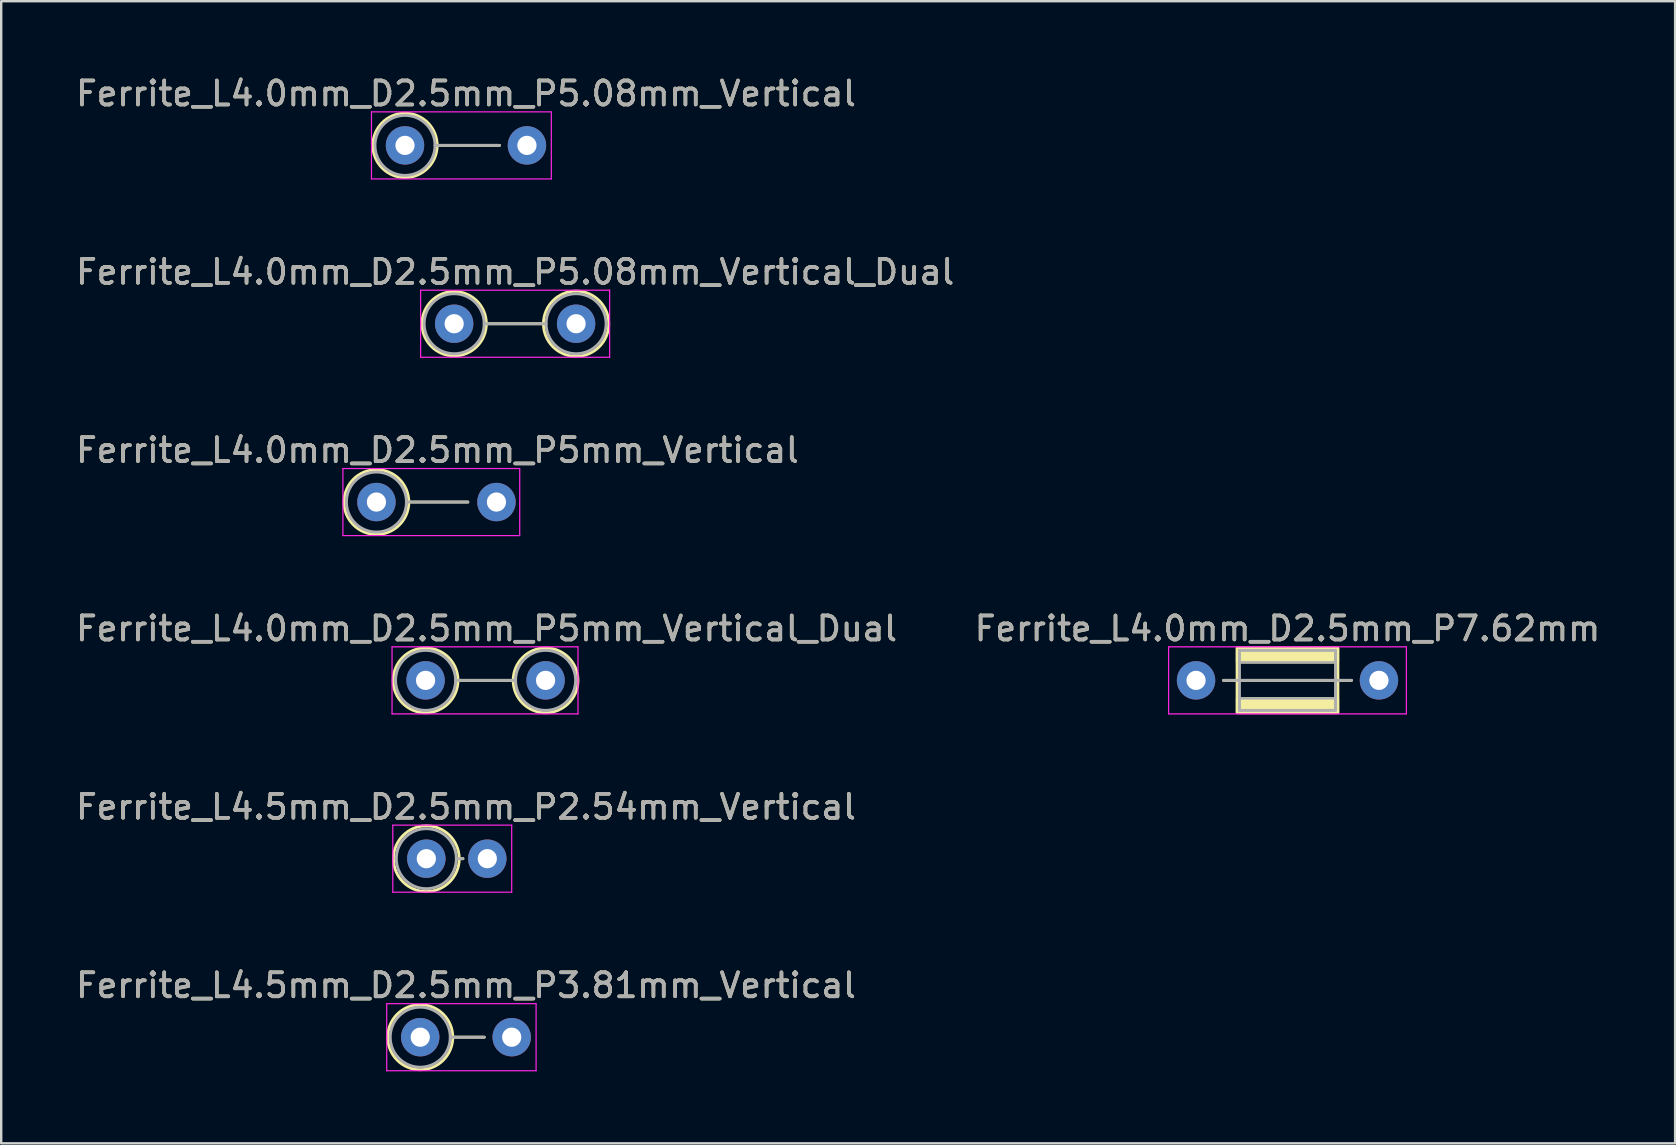
<source format=kicad_pcb>
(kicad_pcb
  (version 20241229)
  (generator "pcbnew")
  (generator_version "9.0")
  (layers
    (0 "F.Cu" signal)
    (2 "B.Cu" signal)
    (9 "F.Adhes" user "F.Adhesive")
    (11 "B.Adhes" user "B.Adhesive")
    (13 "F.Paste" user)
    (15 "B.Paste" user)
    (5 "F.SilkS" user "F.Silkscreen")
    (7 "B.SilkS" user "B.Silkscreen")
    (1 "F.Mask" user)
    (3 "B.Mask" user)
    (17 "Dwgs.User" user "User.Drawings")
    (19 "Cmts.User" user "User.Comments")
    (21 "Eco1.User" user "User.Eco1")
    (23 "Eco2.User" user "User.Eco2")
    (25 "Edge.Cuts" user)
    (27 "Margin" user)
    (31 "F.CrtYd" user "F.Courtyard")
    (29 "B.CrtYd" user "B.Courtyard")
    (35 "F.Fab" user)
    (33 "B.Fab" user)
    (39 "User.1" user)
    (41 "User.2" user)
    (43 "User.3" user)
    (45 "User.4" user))
  (footprint "Ferrite_L4.0mm_D2.5mm_P5.08mm_Vertical"
    (layer "F.Cu")
    (at 13.823 3.007)
    (property "Reference" "Ferrite_L4.0mm_D2.5mm_P5.08mm_Vertical" (at 2.54 -2.159 0) (layer "F.SilkS") (effects (font (size 1 1) (thickness 0.15))))
    (fp_line (start 1.34 0) (end 3.937 0) (stroke (width 0.12) (type solid)) (layer "F.SilkS"))
    (fp_circle (center 0 0) (end 1.34 0) (stroke (width 0.12) (type solid)) (fill no) (layer "F.SilkS"))
    (fp_line (start -1.397 -1.397) (end 6.096 -1.397) (stroke (width 0.05) (type solid)) (layer "F.CrtYd"))
    (fp_line (start -1.397 1.397) (end -1.397 -1.397) (stroke (width 0.05) (type solid)) (layer "F.CrtYd"))
    (fp_line (start 6.096 -1.397) (end 6.096 1.397) (stroke (width 0.05) (type solid)) (layer "F.CrtYd"))
    (fp_line (start 6.096 1.397) (end -1.397 1.397) (stroke (width 0.05) (type solid)) (layer "F.CrtYd"))
    (fp_line (start 1.25 0) (end 3.937 0) (stroke (width 0.12) (type solid)) (layer "F.Fab"))
    (fp_circle (center 0 0) (end 1.25 0) (stroke (width 0.12) (type solid)) (fill no) (layer "F.Fab"))
    (fp_text user "${REFERENCE}" (at 2.54 -2.158 0) (layer "F.Fab") (effects (font (size 1 1) (thickness 0.15))))
    (pad "1" thru_hole circle (at 0 0) (size 1.6 1.6) (drill 0.8) (layers "*.Cu" "*.Mask"))
    (pad "2" thru_hole circle (at 5.08 0) (size 1.6 1.6) (drill 0.8) (layers "*.Cu" "*.Mask")))
  (footprint "Ferrite_L4.0mm_D2.5mm_P5.08mm_Vertical_Dual"
    (layer "F.Cu")
    (at 15.871 10.437)
    (property "Reference" "Ferrite_L4.0mm_D2.5mm_P5.08mm_Vertical_Dual" (at 2.54 -2.159 0) (layer "F.SilkS") (effects (font (size 1 1) (thickness 0.15))))
    (fp_line (start 1.34 0) (end 3.72 0) (stroke (width 0.12) (type solid)) (layer "F.SilkS"))
    (fp_circle (center 0 0) (end 1.34 0) (stroke (width 0.12) (type solid)) (fill no) (layer "F.SilkS"))
    (fp_circle (center 5.08 0) (end 6.44 0) (stroke (width 0.12) (type solid)) (fill no) (layer "F.SilkS"))
    (fp_line (start -1.397 -1.397) (end 6.477 -1.397) (stroke (width 0.05) (type solid)) (layer "F.CrtYd"))
    (fp_line (start -1.397 1.397) (end -1.397 -1.397) (stroke (width 0.05) (type solid)) (layer "F.CrtYd"))
    (fp_line (start 6.477 -1.397) (end 6.477 1.397) (stroke (width 0.05) (type solid)) (layer "F.CrtYd"))
    (fp_line (start 6.477 1.397) (end -1.397 1.397) (stroke (width 0.05) (type solid)) (layer "F.CrtYd"))
    (fp_line (start 1.25 0) (end 3.83 0) (stroke (width 0.12) (type solid)) (layer "F.Fab"))
    (fp_circle (center 0 0) (end 1.25 0) (stroke (width 0.12) (type solid)) (fill no) (layer "F.Fab"))
    (fp_circle (center 5.08 0) (end 6.33 0) (stroke (width 0.12) (type solid)) (fill no) (layer "F.Fab"))
    (fp_text user "${REFERENCE}" (at 2.54 -2.158 0) (layer "F.Fab") (effects (font (size 1 1) (thickness 0.15))))
    (pad "1" thru_hole circle (at 0 0) (size 1.6 1.6) (drill 0.8) (layers "*.Cu" "*.Mask"))
    (pad "2" thru_hole circle (at 5.08 0) (size 1.6 1.6) (drill 0.8) (layers "*.Cu" "*.Mask")))
  (footprint "Ferrite_L4.5mm_D2.5mm_P2.54mm_Vertical"
    (layer "F.Cu")
    (at 14.712 32.724)
    (property "Reference" "Ferrite_L4.5mm_D2.5mm_P2.54mm_Vertical" (at 1.651 -2.159 0) (layer "F.SilkS") (effects (font (size 1 1) (thickness 0.15))))
    (fp_line (start 1.37 0) (end 1.524 0) (stroke (width 0.12) (type solid)) (layer "F.SilkS"))
    (fp_circle (center 0 0) (end 1.37 0) (stroke (width 0.12) (type solid)) (fill no) (layer "F.SilkS"))
    (fp_line (start -1.397 -1.397) (end 3.556 -1.397) (stroke (width 0.05) (type solid)) (layer "F.CrtYd"))
    (fp_line (start -1.397 1.397) (end -1.397 -1.397) (stroke (width 0.05) (type solid)) (layer "F.CrtYd"))
    (fp_line (start 3.556 -1.397) (end 3.556 1.397) (stroke (width 0.05) (type solid)) (layer "F.CrtYd"))
    (fp_line (start 3.556 1.397) (end -1.397 1.397) (stroke (width 0.05) (type solid)) (layer "F.CrtYd"))
    (fp_line (start 1.25 0) (end 1.524 0) (stroke (width 0.12) (type solid)) (layer "F.Fab"))
    (fp_circle (center 0 0) (end 1.25 0) (stroke (width 0.12) (type solid)) (fill no) (layer "F.Fab"))
    (fp_text user "${REFERENCE}" (at 1.651 -2.158 0) (layer "F.Fab") (effects (font (size 1 1) (thickness 0.15))))
    (pad "1" thru_hole circle (at 0 0) (size 1.6 1.6) (drill 0.8) (layers "*.Cu" "*.Mask"))
    (pad "2" thru_hole circle (at 2.54 0) (size 1.6 1.6) (drill 0.8) (layers "*.Cu" "*.Mask")))
  (footprint "Ferrite_L4.0mm_D2.5mm_P5mm_Vertical_Dual"
    (layer "F.Cu")
    (at 14.68 25.295)
    (property "Reference" "Ferrite_L4.0mm_D2.5mm_P5mm_Vertical_Dual" (at 2.54 -2.159 0) (layer "F.SilkS") (effects (font (size 1 1) (thickness 0.15))))
    (fp_line (start 1.35 0) (end 3.65 0) (stroke (width 0.12) (type solid)) (layer "F.SilkS"))
    (fp_circle (center 0 0) (end 1.35 0) (stroke (width 0.12) (type solid)) (fill no) (layer "F.SilkS"))
    (fp_circle (center 5 0) (end 6.35 0) (stroke (width 0.12) (type solid)) (fill no) (layer "F.SilkS"))
    (fp_line (start -1.397 -1.397) (end 6.35 -1.397) (stroke (width 0.05) (type solid)) (layer "F.CrtYd"))
    (fp_line (start -1.397 1.397) (end -1.397 -1.397) (stroke (width 0.05) (type solid)) (layer "F.CrtYd"))
    (fp_line (start 6.35 -1.397) (end 6.35 1.397) (stroke (width 0.05) (type solid)) (layer "F.CrtYd"))
    (fp_line (start 6.35 1.397) (end -1.397 1.397) (stroke (width 0.05) (type solid)) (layer "F.CrtYd"))
    (fp_line (start 1.25 0) (end 3.75 0) (stroke (width 0.12) (type solid)) (layer "F.Fab"))
    (fp_circle (center 0 0) (end 1.25 0) (stroke (width 0.12) (type solid)) (fill no) (layer "F.Fab"))
    (fp_circle (center 5 0) (end 6.25 0) (stroke (width 0.12) (type solid)) (fill no) (layer "F.Fab"))
    (fp_text user "${REFERENCE}" (at 2.54 -2.158 0) (layer "F.Fab") (effects (font (size 1 1) (thickness 0.15))))
    (pad "1" thru_hole circle (at 0 0) (size 1.6 1.6) (drill 0.8) (layers "*.Cu" "*.Mask"))
    (pad "2" thru_hole circle (at 5 0) (size 1.6 1.6) (drill 0.8) (layers "*.Cu" "*.Mask")))
  (footprint "Ferrite_L4.5mm_D2.5mm_P3.81mm_Vertical"
    (layer "F.Cu")
    (at 14.458 40.161)
    (property "Reference" "Ferrite_L4.5mm_D2.5mm_P3.81mm_Vertical" (at 1.905 -2.159 0) (layer "F.SilkS") (effects (font (size 1 1) (thickness 0.15))))
    (fp_line (start 1.355 0) (end 2.667 0) (stroke (width 0.12) (type solid)) (layer "F.SilkS"))
    (fp_circle (center 0 0) (end 1.355 0) (stroke (width 0.12) (type solid)) (fill no) (layer "F.SilkS"))
    (fp_line (start -1.397 -1.397) (end 4.826 -1.397) (stroke (width 0.05) (type solid)) (layer "F.CrtYd"))
    (fp_line (start -1.397 1.397) (end -1.397 -1.397) (stroke (width 0.05) (type solid)) (layer "F.CrtYd"))
    (fp_line (start 4.826 -1.397) (end 4.826 1.397) (stroke (width 0.05) (type solid)) (layer "F.CrtYd"))
    (fp_line (start 4.826 1.397) (end -1.397 1.397) (stroke (width 0.05) (type solid)) (layer "F.CrtYd"))
    (fp_line (start 1.25 0) (end 2.667 0) (stroke (width 0.12) (type solid)) (layer "F.Fab"))
    (fp_circle (center 0 0) (end 1.25 0) (stroke (width 0.12) (type solid)) (fill no) (layer "F.Fab"))
    (fp_text user "${REFERENCE}" (at 1.905 -2.158 0) (layer "F.Fab") (effects (font (size 1 1) (thickness 0.15))))
    (pad "1" thru_hole circle (at 0 0) (size 1.6 1.6) (drill 0.8) (layers "*.Cu" "*.Mask"))
    (pad "2" thru_hole circle (at 3.81 0) (size 1.6 1.6) (drill 0.8) (layers "*.Cu" "*.Mask")))
  (footprint "Ferrite_L4.0mm_D2.5mm_P5mm_Vertical"
    (layer "F.Cu")
    (at 12.633 17.866)
    (property "Reference" "Ferrite_L4.0mm_D2.5mm_P5mm_Vertical" (at 2.54 -2.159 0) (layer "F.SilkS") (effects (font (size 1 1) (thickness 0.15))))
    (fp_line (start 1.35 0) (end 3.81 0) (stroke (width 0.12) (type solid)) (layer "F.SilkS"))
    (fp_circle (center 0 0) (end 1.35 0) (stroke (width 0.12) (type solid)) (fill no) (layer "F.SilkS"))
    (fp_line (start -1.397 -1.397) (end 5.969 -1.397) (stroke (width 0.05) (type solid)) (layer "F.CrtYd"))
    (fp_line (start -1.397 1.397) (end -1.397 -1.397) (stroke (width 0.05) (type solid)) (layer "F.CrtYd"))
    (fp_line (start 5.969 -1.397) (end 5.969 1.397) (stroke (width 0.05) (type solid)) (layer "F.CrtYd"))
    (fp_line (start 5.969 1.397) (end -1.397 1.397) (stroke (width 0.05) (type solid)) (layer "F.CrtYd"))
    (fp_line (start 1.25 0) (end 3.81 0) (stroke (width 0.12) (type solid)) (layer "F.Fab"))
    (fp_circle (center 0 0) (end 1.25 0) (stroke (width 0.12) (type solid)) (fill no) (layer "F.Fab"))
    (fp_text user "${REFERENCE}" (at 2.54 -2.158 0) (layer "F.Fab") (effects (font (size 1 1) (thickness 0.15))))
    (pad "1" thru_hole circle (at 0 0) (size 1.6 1.6) (drill 0.8) (layers "*.Cu" "*.Mask"))
    (pad "2" thru_hole circle (at 5 0) (size 1.6 1.6) (drill 0.8) (layers "*.Cu" "*.Mask")))
  (footprint "Ferrite_L4.0mm_D2.5mm_P7.62mm"
    (layer "F.Cu")
    (at 46.779 25.295)
    (property "Reference" "Ferrite_L4.0mm_D2.5mm_P7.62mm" (at 3.81 -2.159 0) (layer "F.SilkS") (effects (font (size 1 1) (thickness 0.15))))
    (fp_line (start 5.424 0.000002) (end 1.143 0) (stroke (width 0.12) (type solid)) (layer "F.SilkS"))
    (fp_line (start 5.424 0.000002) (end 6.477 0) (stroke (width 0.12) (type solid)) (layer "F.SilkS"))
    (fp_rect (start 1.71 -1.35) (end 5.91 1.35) (stroke (width 0.12) (type solid)) (fill no) (layer "F.SilkS"))
    (fp_poly (pts (xy 5.91 -0.75) (xy 1.71 -0.75) (xy 1.71 -1.35) (xy 5.91 -1.35)) (stroke (width 0.1) (type solid)) (fill yes) (layer "F.SilkS"))
    (fp_poly (pts (xy 5.91 1.35) (xy 1.71 1.35) (xy 1.71 0.75) (xy 5.91 0.75)) (stroke (width 0.1) (type solid)) (fill yes) (layer "F.SilkS"))
    (fp_line (start -1.143 -1.397) (end 8.763 -1.397) (stroke (width 0.05) (type solid)) (layer "F.CrtYd"))
    (fp_line (start -1.143 1.397) (end -1.143 -1.397) (stroke (width 0.05) (type solid)) (layer "F.CrtYd"))
    (fp_line (start 8.763 -1.397) (end 8.763 1.397) (stroke (width 0.05) (type solid)) (layer "F.CrtYd"))
    (fp_line (start 8.763 1.397) (end -1.143 1.397) (stroke (width 0.05) (type solid)) (layer "F.CrtYd"))
    (fp_line (start 1.81 -1.25) (end 1.81 0) (stroke (width 0.12) (type solid)) (layer "F.Fab"))
    (fp_line (start 1.81 0) (end 1.81 1.25) (stroke (width 0.12) (type solid)) (layer "F.Fab"))
    (fp_line (start 1.81 1.25) (end 5.81 1.25) (stroke (width 0.12) (type solid)) (layer "F.Fab"))
    (fp_line (start 5.424 0.000002) (end 1.143 0) (stroke (width 0.12) (type solid)) (layer "F.Fab"))
    (fp_line (start 5.424 0.000002) (end 6.477 0) (stroke (width 0.12) (type solid)) (layer "F.Fab"))
    (fp_line (start 5.81 -1.25) (end 1.81 -1.25) (stroke (width 0.12) (type solid)) (layer "F.Fab"))
    (fp_line (start 5.81 1.25) (end 5.81 -1.25) (stroke (width 0.12) (type solid)) (layer "F.Fab"))
    (fp_poly (pts (xy 5.81 -0.75) (xy 1.81 -0.75) (xy 1.81 -1.25) (xy 5.81 -1.25)) (stroke (width 0.1) (type solid)) (fill no) (layer "F.Fab"))
    (fp_poly (pts (xy 5.81 1.25) (xy 1.81 1.25) (xy 1.81 0.75) (xy 5.81 0.75)) (stroke (width 0.1) (type solid)) (fill no) (layer "F.Fab"))
    (fp_text user "${REFERENCE}" (at 3.81 -2.158 0) (layer "F.Fab") (effects (font (size 1 1) (thickness 0.15))))
    (pad "1" thru_hole circle (at 0 0) (size 1.6 1.6) (drill 0.8) (layers "*.Cu" "*.Mask"))
    (pad "2" thru_hole circle (at 7.62 0) (size 1.6 1.6) (drill 0.8) (layers "*.Cu" "*.Mask")))
  (gr_rect
    (start -3 -3)
    (end 66.738 44.584)
    (stroke (width 0.1) (type default))
    (fill no)
    (layer "Edge.Cuts")))
</source>
